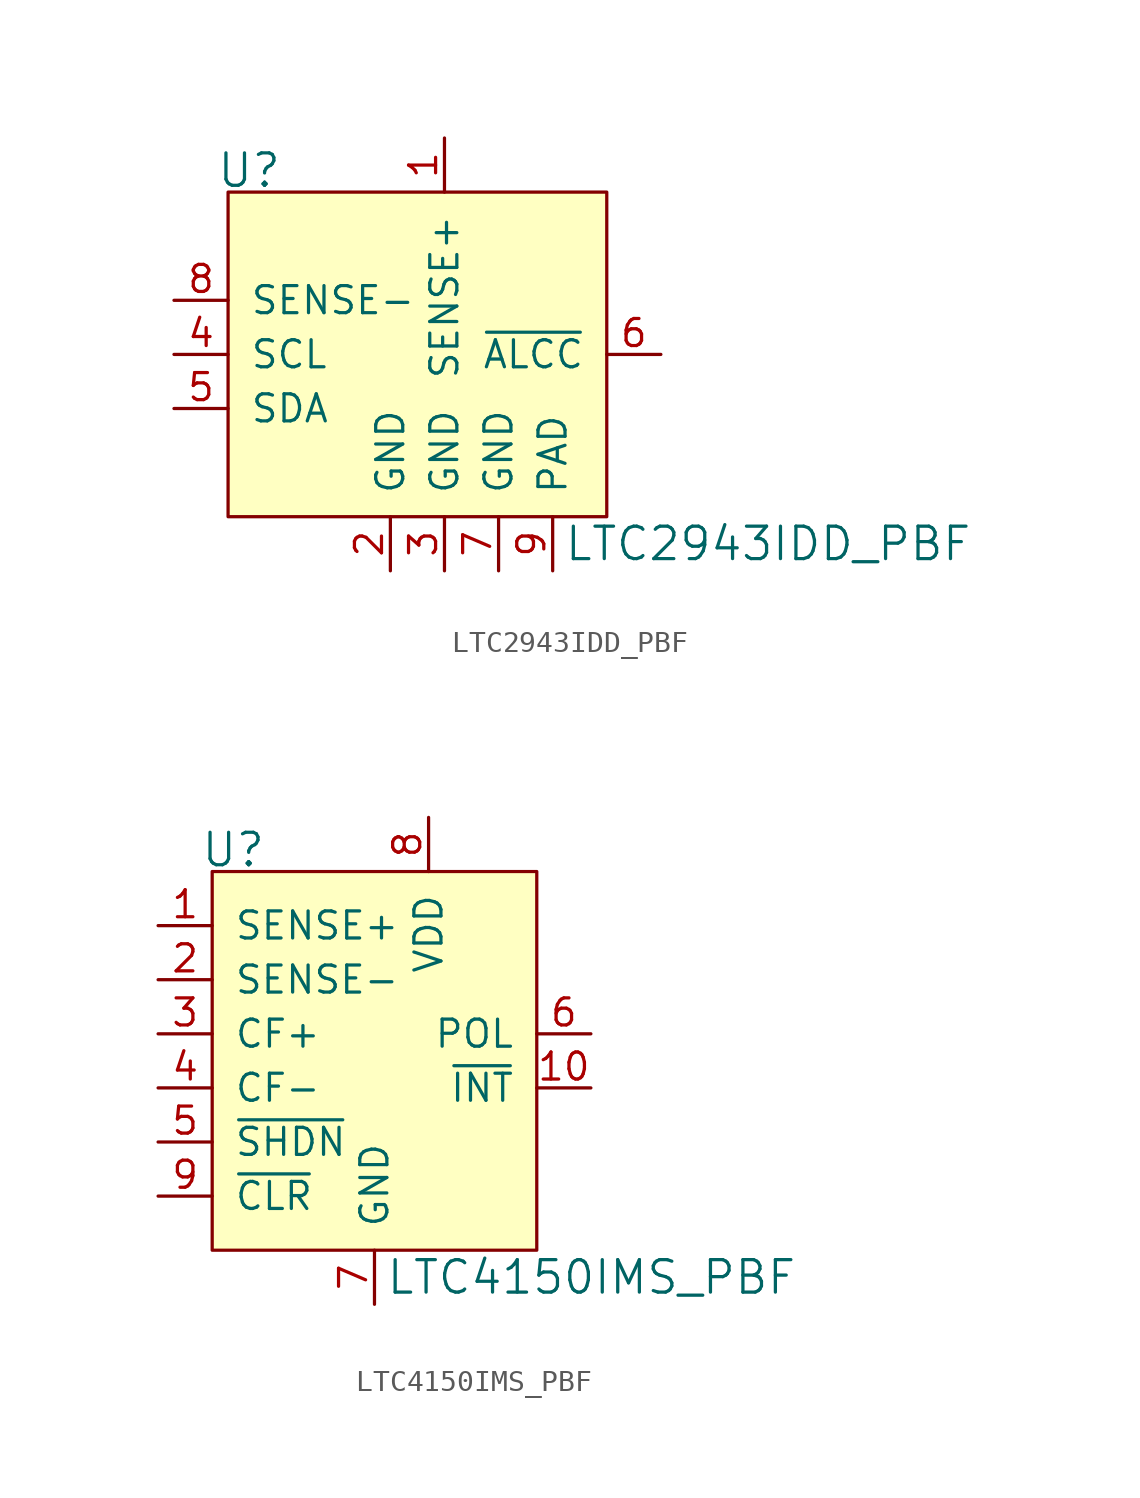
<source format=kicad_sym>
(kicad_symbol_lib
  (version 20231120)
  (generator "kicad_symbol_editor")
  (generator_version "8.0")
  (symbol "LTC2943IDD_PBF"
    (pin_names
      (offset 1.016))
    (property "Reference" "U"
      (at -5.08 3.556 0)
      (effects (font (size 1.524 1.524)) (justify right)))
    (property "Value" "LTC2943IDD_PBF"
      (at 8.128 -13.97 0)
      (effects (font (size 1.524 1.524)) (justify left)))
    (symbol "LTC2943IDD_PBF_0_1"
      (rectangle (start -7.62 2.54) (end 10.16 -12.7) (stroke (width 0) (type solid)) (fill (type background))))
    (symbol "LTC2943IDD_PBF_1_0"
      (pin power_in line (at 2.54 5.08 270) (length 2.54) (name "SENSE+" (effects (font (size 1.27 1.27)))) (number "1" (effects (font (size 1.27 1.27))))))
    (symbol "LTC2943IDD_PBF_1_1"
      (pin power_in line (at 0 -15.24 90) (length 2.54) (name "GND" (effects (font (size 1.27 1.27)))) (number "2" (effects (font (size 1.27 1.27)))))
      (pin power_in line (at 2.54 -15.24 90) (length 2.54) (name "GND" (effects (font (size 1.27 1.27)))) (number "3" (effects (font (size 1.27 1.27)))))
      (pin input line (at -10.16 -5.08 0) (length 2.54) (name "SCL" (effects (font (size 1.27 1.27)))) (number "4" (effects (font (size 1.27 1.27)))))
      (pin bidirectional line (at -10.16 -7.62 0) (length 2.54) (name "SDA" (effects (font (size 1.27 1.27)))) (number "5" (effects (font (size 1.27 1.27)))))
      (pin bidirectional line (at 12.7 -5.08 180) (length 2.54) (name "~{ALCC}" (effects (font (size 1.27 1.27)))) (number "6" (effects (font (size 1.27 1.27)))))
      (pin power_in line (at 5.08 -15.24 90) (length 2.54) (name "GND" (effects (font (size 1.27 1.27)))) (number "7" (effects (font (size 1.27 1.27)))))
      (pin input line (at -10.16 -2.54 0) (length 2.54) (name "SENSE-" (effects (font (size 1.27 1.27)))) (number "8" (effects (font (size 1.27 1.27)))))
      (pin power_in line (at 7.62 -15.24 90) (length 2.54) (name "PAD" (effects (font (size 1.27 1.27)))) (number "9" (effects (font (size 1.27 1.27)))))))
  (symbol "LTC4150IMS_PBF"
    (pin_names
      (offset 1.016))
    (property "Reference" "U"
      (at -5.08 3.556 0)
      (effects (font (size 1.524 1.524)) (justify right)))
    (property "Value" "LTC4150IMS_PBF"
      (at 0.508 -16.51 0)
      (effects (font (size 1.524 1.524)) (justify left)))
    (symbol "LTC4150IMS_PBF_0_1"
      (rectangle (start -7.62 2.54) (end 7.62 -15.24) (stroke (width 0) (type solid)) (fill (type background))))
    (symbol "LTC4150IMS_PBF_1_1"
      (pin input line (at -10.16 0 0) (length 2.54) (name "SENSE+" (effects (font (size 1.27 1.27)))) (number "1" (effects (font (size 1.27 1.27)))))
      (pin output line (at 10.16 -7.62 180) (length 2.54) (name "~{INT}" (effects (font (size 1.27 1.27)))) (number "10" (effects (font (size 1.27 1.27)))))
      (pin input line (at -10.16 -2.54 0) (length 2.54) (name "SENSE-" (effects (font (size 1.27 1.27)))) (number "2" (effects (font (size 1.27 1.27)))))
      (pin passive line (at -10.16 -5.08 0) (length 2.54) (name "CF+" (effects (font (size 1.27 1.27)))) (number "3" (effects (font (size 1.27 1.27)))))
      (pin passive line (at -10.16 -7.62 0) (length 2.54) (name "CF-" (effects (font (size 1.27 1.27)))) (number "4" (effects (font (size 1.27 1.27)))))
      (pin input line (at -10.16 -10.16 0) (length 2.54) (name "~{SHDN}" (effects (font (size 1.27 1.27)))) (number "5" (effects (font (size 1.27 1.27)))))
      (pin output line (at 10.16 -5.08 180) (length 2.54) (name "POL" (effects (font (size 1.27 1.27)))) (number "6" (effects (font (size 1.27 1.27)))))
      (pin power_in line (at 0 -17.78 90) (length 2.54) (name "GND" (effects (font (size 1.27 1.27)))) (number "7" (effects (font (size 1.27 1.27)))))
      (pin power_in line (at 2.54 5.08 270) (length 2.54) (name "VDD" (effects (font (size 1.27 1.27)))) (number "8" (effects (font (size 1.27 1.27)))))
      (pin input line (at -10.16 -12.7 0) (length 2.54) (name "~{CLR}" (effects (font (size 1.27 1.27)))) (number "9" (effects (font (size 1.27 1.27))))))))
</source>
